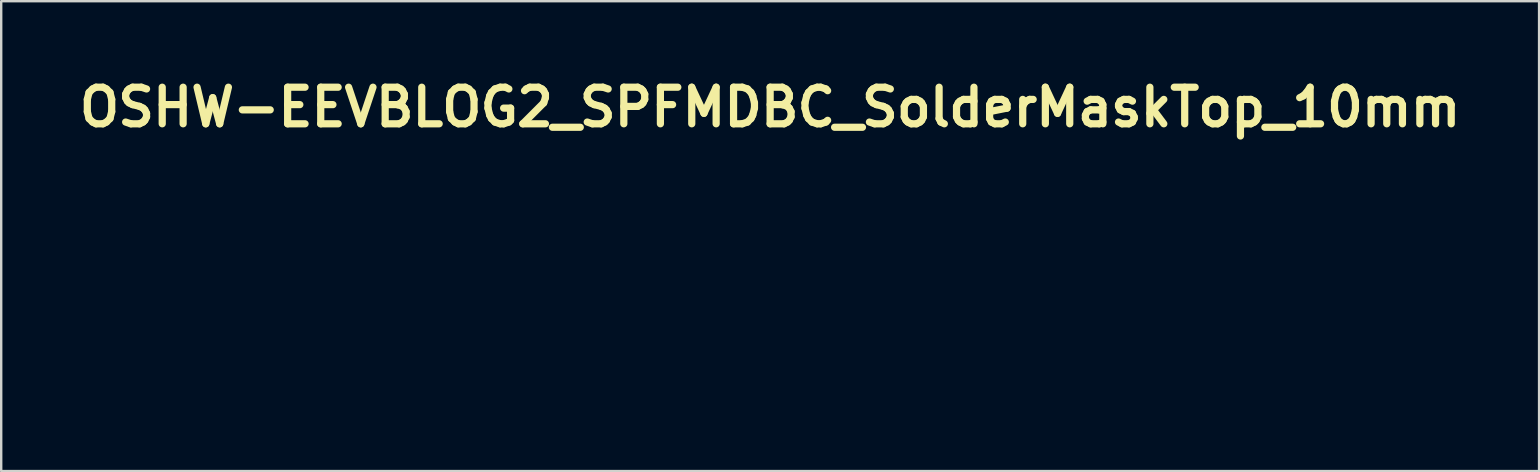
<source format=kicad_pcb>
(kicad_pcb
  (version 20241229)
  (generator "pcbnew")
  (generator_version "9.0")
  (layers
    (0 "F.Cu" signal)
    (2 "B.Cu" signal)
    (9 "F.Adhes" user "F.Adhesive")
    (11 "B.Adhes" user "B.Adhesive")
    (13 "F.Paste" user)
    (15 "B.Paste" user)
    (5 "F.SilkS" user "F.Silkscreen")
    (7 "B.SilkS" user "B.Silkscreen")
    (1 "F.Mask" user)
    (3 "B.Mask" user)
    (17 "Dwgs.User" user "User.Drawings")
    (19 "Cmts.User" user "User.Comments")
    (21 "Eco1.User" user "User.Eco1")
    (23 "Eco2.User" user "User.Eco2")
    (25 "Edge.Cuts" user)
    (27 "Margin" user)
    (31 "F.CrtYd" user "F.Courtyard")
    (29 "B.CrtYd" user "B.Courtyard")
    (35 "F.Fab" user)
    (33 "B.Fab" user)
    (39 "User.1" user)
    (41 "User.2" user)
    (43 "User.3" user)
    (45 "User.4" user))
  (footprint "OSHW-EEVBLOG2_SPFMDBC_SolderMaskTop_10mm"
    (layer "F.Cu")
    (at 29.036 8.403)
    (property "Reference" "OSHW-EEVBLOG2_SPFMDBC_SolderMaskTop_10mm" (at 0 -6.985 0) (layer "F.SilkS") (effects (font (size 1.524 1.524) (thickness 0.3))))
    (attr through_hole)
    (fp_poly (pts (xy -1.27 3.971) (xy -1.914 3.971) (xy -1.914 4.257) (xy -1.342 4.257) (xy -1.342 4.543) (xy -1.914 4.543) (xy -1.914 5.134) (xy -2.254 5.134) (xy -2.254 3.685) (xy -1.27 3.685) (xy -1.27 3.971)) (stroke (width 0.01) (type solid)) (fill yes) (layer "F.Mask"))
    (fp_poly (pts (xy -2.979 3.683) (xy -2.849 3.703) (xy -2.757 3.731) (xy -2.645 3.789) (xy -2.565 3.86) (xy -2.512 3.949) (xy -2.485 4.059) (xy -2.479 4.159) (xy -2.491 4.292) (xy -2.528 4.402) (xy -2.59 4.491) (xy -2.68 4.559) (xy -2.798 4.607) (xy -2.946 4.637) (xy -3.054 4.646) (xy -3.238 4.656) (xy -3.238 5.134) (xy -3.577 5.134) (xy -3.577 4.17) (xy -3.238 4.17) (xy -3.238 4.365) (xy -3.147 4.365) (xy -3.073 4.36) (xy -2.998 4.349) (xy -2.977 4.344) (xy -2.897 4.31) (xy -2.847 4.256) (xy -2.827 4.181) (xy -2.826 4.164) (xy -2.835 4.087) (xy -2.865 4.034) (xy -2.912 4) (xy -2.969 3.98) (xy -3.044 3.966) (xy -3.12 3.959) (xy -3.182 3.961) (xy -3.192 3.963) (xy -3.212 3.97) (xy -3.225 3.98) (xy -3.233 4.003) (xy -3.236 4.043) (xy -3.238 4.108) (xy -3.238 4.17) (xy -3.577 4.17) (xy -3.577 3.706) (xy -3.493 3.696) (xy -3.306 3.679) (xy -3.133 3.675) (xy -2.979 3.683)) (stroke (width 0.01) (type solid)) (fill yes) (layer "F.Mask"))
    (fp_poly (pts (xy 4.515 3.666) (xy 4.521 3.666) (xy 4.616 3.684) (xy 4.701 3.705) (xy 4.769 3.73) (xy 4.812 3.754) (xy 4.824 3.768) (xy 4.824 3.799) (xy 4.813 3.848) (xy 4.806 3.869) (xy 4.784 3.928) (xy 4.764 3.981) (xy 4.76 3.992) (xy 4.742 4.04) (xy 4.65 4.005) (xy 4.509 3.965) (xy 4.38 3.956) (xy 4.263 3.978) (xy 4.163 4.03) (xy 4.121 4.067) (xy 4.063 4.138) (xy 4.027 4.218) (xy 4.008 4.316) (xy 4.005 4.409) (xy 4.017 4.549) (xy 4.054 4.663) (xy 4.116 4.752) (xy 4.203 4.816) (xy 4.261 4.84) (xy 4.361 4.859) (xy 4.478 4.859) (xy 4.597 4.84) (xy 4.683 4.813) (xy 4.769 4.779) (xy 4.816 4.92) (xy 4.862 5.061) (xy 4.765 5.097) (xy 4.717 5.111) (xy 4.649 5.127) (xy 4.57 5.141) (xy 4.491 5.154) (xy 4.42 5.164) (xy 4.368 5.168) (xy 4.347 5.167) (xy 4.326 5.164) (xy 4.279 5.158) (xy 4.217 5.149) (xy 4.215 5.149) (xy 4.066 5.114) (xy 3.938 5.051) (xy 3.832 4.961) (xy 3.75 4.847) (xy 3.691 4.709) (xy 3.659 4.55) (xy 3.653 4.372) (xy 3.655 4.332) (xy 3.68 4.183) (xy 3.73 4.042) (xy 3.803 3.918) (xy 3.855 3.857) (xy 3.955 3.778) (xy 4.079 3.718) (xy 4.219 3.677) (xy 4.367 3.659) (xy 4.515 3.666)) (stroke (width 0.01) (type solid)) (fill yes) (layer "F.Mask"))
    (fp_poly (pts (xy 1.223 3.678) (xy 1.342 3.683) (xy 1.448 3.691) (xy 1.531 3.703) (xy 1.552 3.708) (xy 1.703 3.762) (xy 1.826 3.836) (xy 1.923 3.932) (xy 1.997 4.051) (xy 2 4.058) (xy 2.022 4.111) (xy 2.036 4.164) (xy 2.046 4.228) (xy 2.052 4.312) (xy 2.054 4.36) (xy 2.056 4.456) (xy 2.055 4.528) (xy 2.048 4.586) (xy 2.034 4.644) (xy 2.021 4.688) (xy 1.96 4.821) (xy 1.871 4.934) (xy 1.756 5.025) (xy 1.617 5.092) (xy 1.465 5.132) (xy 1.402 5.139) (xy 1.319 5.145) (xy 1.227 5.148) (xy 1.136 5.15) (xy 1.056 5.148) (xy 0.998 5.144) (xy 0.984 5.142) (xy 0.951 5.136) (xy 0.898 5.128) (xy 0.872 5.125) (xy 0.787 5.114) (xy 0.787 3.974) (xy 1.127 3.974) (xy 1.127 4.865) (xy 1.205 4.865) (xy 1.271 4.862) (xy 1.347 4.853) (xy 1.379 4.847) (xy 1.496 4.81) (xy 1.589 4.746) (xy 1.656 4.657) (xy 1.698 4.544) (xy 1.712 4.457) (xy 1.71 4.324) (xy 1.681 4.207) (xy 1.628 4.109) (xy 1.553 4.036) (xy 1.518 4.015) (xy 1.466 3.996) (xy 1.394 3.979) (xy 1.314 3.966) (xy 1.239 3.96) (xy 1.184 3.962) (xy 1.178 3.963) (xy 1.127 3.974) (xy 0.787 3.974) (xy 0.787 3.705) (xy 0.89 3.691) (xy 0.987 3.682) (xy 1.102 3.678) (xy 1.223 3.678)) (stroke (width 0.01) (type solid)) (fill yes) (layer "F.Mask"))
    (fp_poly (pts (xy 2.914 3.683) (xy 3.043 3.7) (xy 3.147 3.729) (xy 3.232 3.772) (xy 3.253 3.787) (xy 3.326 3.862) (xy 3.373 3.952) (xy 3.393 4.05) (xy 3.385 4.147) (xy 3.349 4.238) (xy 3.304 4.295) (xy 3.271 4.332) (xy 3.263 4.353) (xy 3.273 4.361) (xy 3.301 4.378) (xy 3.342 4.412) (xy 3.365 4.435) (xy 3.42 4.513) (xy 3.453 4.61) (xy 3.462 4.716) (xy 3.448 4.821) (xy 3.41 4.916) (xy 3.384 4.955) (xy 3.322 5.013) (xy 3.235 5.066) (xy 3.135 5.109) (xy 3.043 5.133) (xy 2.991 5.14) (xy 2.916 5.145) (xy 2.827 5.148) (xy 2.734 5.149) (xy 2.646 5.149) (xy 2.574 5.147) (xy 2.526 5.142) (xy 2.522 5.142) (xy 2.489 5.136) (xy 2.436 5.128) (xy 2.41 5.125) (xy 2.325 5.114) (xy 2.325 4.508) (xy 2.647 4.508) (xy 2.647 4.863) (xy 2.723 4.869) (xy 2.798 4.87) (xy 2.88 4.865) (xy 2.956 4.855) (xy 3.015 4.841) (xy 3.035 4.833) (xy 3.075 4.804) (xy 3.094 4.786) (xy 3.112 4.741) (xy 3.117 4.681) (xy 3.107 4.621) (xy 3.087 4.581) (xy 3.037 4.548) (xy 2.958 4.524) (xy 2.854 4.51) (xy 2.774 4.508) (xy 2.647 4.508) (xy 2.325 4.508) (xy 2.325 4.262) (xy 2.647 4.262) (xy 2.803 4.251) (xy 2.897 4.242) (xy 2.962 4.228) (xy 3.003 4.208) (xy 3.004 4.207) (xy 3.042 4.16) (xy 3.057 4.1) (xy 3.05 4.04) (xy 3.022 3.997) (xy 2.996 3.979) (xy 2.958 3.968) (xy 2.901 3.96) (xy 2.817 3.956) (xy 2.815 3.956) (xy 2.647 3.95) (xy 2.647 4.262) (xy 2.325 4.262) (xy 2.325 3.705) (xy 2.428 3.691) (xy 2.488 3.686) (xy 2.571 3.681) (xy 2.668 3.678) (xy 2.755 3.678) (xy 2.914 3.683)) (stroke (width 0.01) (type solid)) (fill yes) (layer "F.Mask"))
    (fp_poly (pts (xy -4.221 3.663) (xy -4.191 3.666) (xy -4.111 3.68) (xy -4.032 3.699) (xy -3.963 3.72) (xy -3.913 3.74) (xy -3.891 3.756) (xy -3.893 3.776) (xy -3.905 3.82) (xy -3.922 3.876) (xy -3.942 3.934) (xy -3.961 3.984) (xy -3.975 4.015) (xy -3.978 4.02) (xy -3.995 4.016) (xy -4.036 4.003) (xy -4.075 3.988) (xy -4.19 3.96) (xy -4.294 3.953) (xy -4.364 3.955) (xy -4.408 3.961) (xy -4.44 3.976) (xy -4.464 3.997) (xy -4.498 4.042) (xy -4.504 4.085) (xy -4.481 4.127) (xy -4.427 4.17) (xy -4.341 4.216) (xy -4.245 4.257) (xy -4.106 4.316) (xy -4 4.375) (xy -3.922 4.436) (xy -3.869 4.504) (xy -3.837 4.582) (xy -3.822 4.675) (xy -3.821 4.731) (xy -3.834 4.857) (xy -3.876 4.959) (xy -3.945 5.04) (xy -4.043 5.1) (xy -4.096 5.121) (xy -4.18 5.141) (xy -4.286 5.154) (xy -4.4 5.159) (xy -4.508 5.157) (xy -4.57 5.15) (xy -4.654 5.134) (xy -4.733 5.112) (xy -4.799 5.089) (xy -4.845 5.065) (xy -4.861 5.049) (xy -4.859 5.022) (xy -4.848 4.976) (xy -4.829 4.92) (xy -4.807 4.864) (xy -4.786 4.818) (xy -4.77 4.792) (xy -4.764 4.789) (xy -4.74 4.797) (xy -4.694 4.813) (xy -4.651 4.829) (xy -4.564 4.852) (xy -4.469 4.864) (xy -4.376 4.866) (xy -4.293 4.858) (xy -4.231 4.838) (xy -4.215 4.828) (xy -4.179 4.781) (xy -4.167 4.724) (xy -4.181 4.67) (xy -4.2 4.645) (xy -4.239 4.619) (xy -4.304 4.586) (xy -4.388 4.548) (xy -4.483 4.511) (xy -4.51 4.5) (xy -4.637 4.44) (xy -4.736 4.362) (xy -4.804 4.269) (xy -4.841 4.161) (xy -4.847 4.088) (xy -4.836 4) (xy -4.806 3.908) (xy -4.763 3.829) (xy -4.744 3.804) (xy -4.674 3.749) (xy -4.578 3.706) (xy -4.465 3.675) (xy -4.343 3.66) (xy -4.221 3.663)) (stroke (width 0.01) (type solid)) (fill yes) (layer "F.Mask"))
    (fp_poly (pts (xy -0.569 3.886) (xy -0.519 3.99) (xy -0.464 4.11) (xy -0.412 4.228) (xy -0.383 4.297) (xy -0.349 4.376) (xy -0.32 4.441) (xy -0.298 4.487) (xy -0.286 4.507) (xy -0.285 4.507) (xy -0.275 4.492) (xy -0.254 4.451) (xy -0.227 4.39) (xy -0.206 4.342) (xy -0.172 4.263) (xy -0.128 4.163) (xy -0.078 4.054) (xy -0.03 3.949) (xy -0.021 3.931) (xy 0.095 3.685) (xy 0.406 3.685) (xy 0.418 3.786) (xy 0.429 3.882) (xy 0.44 4.001) (xy 0.453 4.137) (xy 0.465 4.283) (xy 0.477 4.433) (xy 0.489 4.582) (xy 0.499 4.724) (xy 0.507 4.853) (xy 0.514 4.963) (xy 0.518 5.048) (xy 0.519 5.092) (xy 0.517 5.112) (xy 0.507 5.124) (xy 0.482 5.131) (xy 0.436 5.133) (xy 0.36 5.134) (xy 0.2 5.134) (xy 0.19 5.022) (xy 0.186 4.965) (xy 0.181 4.882) (xy 0.176 4.781) (xy 0.171 4.671) (xy 0.169 4.607) (xy 0.164 4.505) (xy 0.159 4.413) (xy 0.154 4.339) (xy 0.149 4.288) (xy 0.145 4.271) (xy 0.136 4.27) (xy 0.119 4.293) (xy 0.093 4.344) (xy 0.056 4.423) (xy 0.008 4.533) (xy -0.019 4.597) (xy -0.17 4.956) (xy -0.415 4.946) (xy -0.57 4.579) (xy -0.724 4.212) (xy -0.736 4.329) (xy -0.74 4.384) (xy -0.745 4.468) (xy -0.751 4.57) (xy -0.756 4.684) (xy -0.761 4.789) (xy -0.774 5.134) (xy -1.104 5.134) (xy -1.098 5.049) (xy -1.095 5.003) (xy -1.09 4.929) (xy -1.084 4.835) (xy -1.078 4.729) (xy -1.073 4.642) (xy -1.065 4.519) (xy -1.056 4.388) (xy -1.045 4.255) (xy -1.035 4.125) (xy -1.024 4.004) (xy -1.014 3.897) (xy -1.004 3.809) (xy -0.996 3.747) (xy -0.991 3.716) (xy -0.981 3.701) (xy -0.96 3.691) (xy -0.918 3.687) (xy -0.851 3.685) (xy -0.824 3.685) (xy -0.667 3.685) (xy -0.569 3.886)) (stroke (width 0.01) (type solid)) (fill yes) (layer "F.Mask"))
    (fp_poly (pts (xy 0.698 -5.165) (xy 0.705 -5.138) (xy 0.718 -5.08) (xy 0.735 -4.997) (xy 0.756 -4.891) (xy 0.78 -4.768) (xy 0.806 -4.633) (xy 0.822 -4.545) (xy 0.848 -4.405) (xy 0.873 -4.277) (xy 0.895 -4.164) (xy 0.914 -4.07) (xy 0.93 -4.001) (xy 0.94 -3.96) (xy 0.944 -3.95) (xy 0.966 -3.937) (xy 1.017 -3.914) (xy 1.089 -3.882) (xy 1.177 -3.845) (xy 1.276 -3.803) (xy 1.38 -3.761) (xy 1.484 -3.719) (xy 1.583 -3.681) (xy 1.67 -3.648) (xy 1.74 -3.622) (xy 1.788 -3.606) (xy 1.808 -3.601) (xy 1.831 -3.614) (xy 1.883 -3.646) (xy 1.963 -3.699) (xy 2.072 -3.771) (xy 2.209 -3.865) (xy 2.376 -3.978) (xy 2.571 -4.112) (xy 2.7 -4.201) (xy 2.762 -4.242) (xy 2.816 -4.274) (xy 2.852 -4.291) (xy 2.861 -4.293) (xy 2.88 -4.281) (xy 2.921 -4.246) (xy 2.98 -4.191) (xy 3.056 -4.12) (xy 3.144 -4.035) (xy 3.242 -3.939) (xy 3.325 -3.857) (xy 3.449 -3.732) (xy 3.548 -3.631) (xy 3.626 -3.55) (xy 3.683 -3.488) (xy 3.722 -3.442) (xy 3.745 -3.41) (xy 3.753 -3.39) (xy 3.752 -3.386) (xy 3.74 -3.363) (xy 3.711 -3.315) (xy 3.665 -3.245) (xy 3.607 -3.157) (xy 3.538 -3.054) (xy 3.461 -2.941) (xy 3.41 -2.867) (xy 3.33 -2.75) (xy 3.256 -2.641) (xy 3.193 -2.544) (xy 3.14 -2.464) (xy 3.102 -2.403) (xy 3.081 -2.365) (xy 3.077 -2.355) (xy 3.084 -2.332) (xy 3.103 -2.281) (xy 3.132 -2.209) (xy 3.168 -2.12) (xy 3.21 -2.02) (xy 3.254 -1.915) (xy 3.299 -1.811) (xy 3.343 -1.711) (xy 3.382 -1.623) (xy 3.415 -1.551) (xy 3.439 -1.501) (xy 3.451 -1.478) (xy 3.451 -1.478) (xy 3.467 -1.471) (xy 3.501 -1.461) (xy 3.557 -1.447) (xy 3.637 -1.431) (xy 3.744 -1.41) (xy 3.878 -1.384) (xy 4.043 -1.354) (xy 4.241 -1.318) (xy 4.266 -1.313) (xy 4.393 -1.29) (xy 4.489 -1.271) (xy 4.558 -1.255) (xy 4.606 -1.24) (xy 4.637 -1.227) (xy 4.655 -1.213) (xy 4.656 -1.212) (xy 4.665 -1.2) (xy 4.671 -1.183) (xy 4.677 -1.157) (xy 4.681 -1.119) (xy 4.683 -1.065) (xy 4.684 -0.991) (xy 4.685 -0.893) (xy 4.684 -0.768) (xy 4.683 -0.612) (xy 4.683 -0.579) (xy 4.68 -0.388) (xy 4.677 -0.233) (xy 4.673 -0.113) (xy 4.669 -0.028) (xy 4.663 0.021) (xy 4.658 0.036) (xy 4.636 0.043) (xy 4.584 0.057) (xy 4.505 0.075) (xy 4.403 0.096) (xy 4.284 0.12) (xy 4.151 0.146) (xy 4.069 0.161) (xy 3.93 0.188) (xy 3.802 0.213) (xy 3.689 0.237) (xy 3.596 0.257) (xy 3.527 0.274) (xy 3.487 0.286) (xy 3.478 0.29) (xy 3.465 0.314) (xy 3.441 0.366) (xy 3.409 0.44) (xy 3.371 0.531) (xy 3.33 0.634) (xy 3.286 0.743) (xy 3.244 0.852) (xy 3.203 0.957) (xy 3.168 1.051) (xy 3.14 1.129) (xy 3.12 1.185) (xy 3.112 1.215) (xy 3.112 1.216) (xy 3.122 1.25) (xy 3.148 1.299) (xy 3.173 1.337) (xy 3.241 1.434) (xy 3.314 1.539) (xy 3.39 1.649) (xy 3.465 1.761) (xy 3.537 1.868) (xy 3.604 1.969) (xy 3.661 2.057) (xy 3.708 2.13) (xy 3.74 2.183) (xy 3.755 2.212) (xy 3.756 2.215) (xy 3.744 2.234) (xy 3.709 2.275) (xy 3.655 2.335) (xy 3.584 2.41) (xy 3.5 2.498) (xy 3.405 2.596) (xy 3.332 2.669) (xy 3.211 2.79) (xy 3.112 2.887) (xy 3.034 2.962) (xy 2.973 3.019) (xy 2.927 3.058) (xy 2.894 3.082) (xy 2.871 3.093) (xy 2.862 3.094) (xy 2.833 3.083) (xy 2.777 3.052) (xy 2.695 3.002) (xy 2.59 2.934) (xy 2.462 2.849) (xy 2.363 2.781) (xy 2.249 2.703) (xy 2.145 2.633) (xy 2.053 2.572) (xy 1.977 2.523) (xy 1.922 2.488) (xy 1.891 2.47) (xy 1.886 2.468) (xy 1.862 2.476) (xy 1.814 2.498) (xy 1.747 2.53) (xy 1.67 2.57) (xy 1.659 2.576) (xy 1.579 2.616) (xy 1.508 2.65) (xy 1.452 2.673) (xy 1.421 2.683) (xy 1.419 2.683) (xy 1.384 2.668) (xy 1.365 2.643) (xy 1.355 2.619) (xy 1.332 2.566) (xy 1.299 2.485) (xy 1.256 2.381) (xy 1.204 2.256) (xy 1.144 2.113) (xy 1.079 1.955) (xy 1.009 1.786) (xy 0.949 1.641) (xy 0.856 1.415) (xy 0.776 1.22) (xy 0.71 1.056) (xy 0.657 0.921) (xy 0.616 0.814) (xy 0.587 0.733) (xy 0.569 0.677) (xy 0.562 0.646) (xy 0.562 0.639) (xy 0.582 0.609) (xy 0.625 0.571) (xy 0.678 0.532) (xy 0.86 0.401) (xy 1.01 0.257) (xy 1.131 0.099) (xy 1.2 -0.021) (xy 1.276 -0.209) (xy 1.319 -0.407) (xy 1.33 -0.609) (xy 1.31 -0.81) (xy 1.259 -1.007) (xy 1.178 -1.193) (xy 1.067 -1.365) (xy 1.054 -1.381) (xy 0.92 -1.523) (xy 0.764 -1.646) (xy 0.594 -1.746) (xy 0.416 -1.816) (xy 0.349 -1.834) (xy 0.272 -1.847) (xy 0.175 -1.856) (xy 0.071 -1.862) (xy -0.03 -1.862) (xy -0.117 -1.858) (xy -0.171 -1.851) (xy -0.388 -1.786) (xy -0.585 -1.691) (xy -0.761 -1.568) (xy -0.914 -1.419) (xy -1.043 -1.242) (xy -1.084 -1.171) (xy -1.15 -1.02) (xy -1.197 -0.849) (xy -1.222 -0.671) (xy -1.223 -0.498) (xy -1.216 -0.43) (xy -1.171 -0.216) (xy -1.094 -0.02) (xy -0.987 0.158) (xy -0.849 0.318) (xy -0.68 0.46) (xy -0.593 0.519) (xy -0.526 0.565) (xy -0.478 0.606) (xy -0.455 0.637) (xy -0.455 0.639) (xy -0.457 0.661) (xy -0.471 0.708) (xy -0.497 0.781) (xy -0.535 0.882) (xy -0.585 1.011) (xy -0.648 1.169) (xy -0.725 1.357) (xy -0.815 1.577) (xy -0.842 1.64) (xy -0.915 1.817) (xy -0.984 1.984) (xy -1.048 2.139) (xy -1.106 2.279) (xy -1.157 2.401) (xy -1.198 2.501) (xy -1.23 2.577) (xy -1.25 2.626) (xy -1.258 2.643) (xy -1.287 2.675) (xy -1.313 2.683) (xy -1.343 2.675) (xy -1.396 2.652) (xy -1.467 2.62) (xy -1.546 2.58) (xy -1.555 2.575) (xy -1.634 2.535) (xy -1.702 2.502) (xy -1.752 2.479) (xy -1.779 2.469) (xy -1.78 2.468) (xy -1.8 2.478) (xy -1.845 2.506) (xy -1.912 2.549) (xy -1.997 2.605) (xy -2.096 2.672) (xy -2.206 2.747) (xy -2.256 2.781) (xy -2.395 2.876) (xy -2.515 2.955) (xy -2.613 3.018) (xy -2.687 3.063) (xy -2.736 3.088) (xy -2.755 3.094) (xy -2.773 3.089) (xy -2.8 3.071) (xy -2.84 3.04) (xy -2.894 2.992) (xy -2.964 2.926) (xy -3.053 2.839) (xy -3.164 2.73) (xy -3.227 2.667) (xy -3.343 2.55) (xy -3.437 2.455) (xy -3.509 2.38) (xy -3.564 2.322) (xy -3.602 2.279) (xy -3.626 2.247) (xy -3.639 2.224) (xy -3.643 2.207) (xy -3.642 2.198) (xy -3.629 2.173) (xy -3.599 2.122) (xy -3.553 2.051) (xy -3.494 1.962) (xy -3.426 1.859) (xy -3.35 1.748) (xy -3.318 1.702) (xy -3.24 1.588) (xy -3.169 1.482) (xy -3.108 1.389) (xy -3.059 1.311) (xy -3.024 1.254) (xy -3.007 1.22) (xy -3.005 1.214) (xy -3.012 1.188) (xy -3.03 1.135) (xy -3.057 1.059) (xy -3.092 0.967) (xy -3.132 0.864) (xy -3.174 0.755) (xy -3.218 0.646) (xy -3.26 0.543) (xy -3.298 0.45) (xy -3.331 0.373) (xy -3.356 0.319) (xy -3.37 0.291) (xy -3.371 0.29) (xy -3.393 0.281) (xy -3.446 0.267) (xy -3.526 0.249) (xy -3.627 0.227) (xy -3.747 0.202) (xy -3.88 0.176) (xy -3.962 0.161) (xy -4.1 0.135) (xy -4.228 0.11) (xy -4.34 0.087) (xy -4.433 0.067) (xy -4.502 0.051) (xy -4.542 0.039) (xy -4.551 0.036) (xy -4.557 0.011) (xy -4.563 -0.049) (xy -4.567 -0.144) (xy -4.571 -0.275) (xy -4.574 -0.441) (xy -4.575 -0.579) (xy -4.577 -0.742) (xy -4.577 -0.873) (xy -4.577 -0.975) (xy -4.576 -1.053) (xy -4.574 -1.111) (xy -4.57 -1.151) (xy -4.565 -1.179) (xy -4.559 -1.197) (xy -4.55 -1.21) (xy -4.549 -1.212) (xy -4.534 -1.224) (xy -4.51 -1.235) (xy -4.472 -1.248) (xy -4.416 -1.262) (xy -4.339 -1.278) (xy -4.238 -1.299) (xy -4.108 -1.323) (xy -3.962 -1.35) (xy -3.824 -1.375) (xy -3.697 -1.399) (xy -3.584 -1.42) (xy -3.49 -1.439) (xy -3.421 -1.453) (xy -3.38 -1.463) (xy -3.371 -1.465) (xy -3.354 -1.482) (xy -3.328 -1.524) (xy -3.293 -1.592) (xy -3.248 -1.689) (xy -3.192 -1.815) (xy -3.152 -1.907) (xy -3.102 -2.023) (xy -3.058 -2.129) (xy -3.02 -2.22) (xy -2.992 -2.292) (xy -2.974 -2.34) (xy -2.969 -2.358) (xy -2.979 -2.379) (xy -3.007 -2.424) (xy -3.05 -2.492) (xy -3.107 -2.578) (xy -3.175 -2.679) (xy -3.251 -2.792) (xy -3.303 -2.867) (xy -3.383 -2.985) (xy -3.458 -3.095) (xy -3.523 -3.192) (xy -3.577 -3.274) (xy -3.617 -3.336) (xy -3.64 -3.375) (xy -3.645 -3.386) (xy -3.642 -3.402) (xy -3.624 -3.429) (xy -3.591 -3.469) (xy -3.541 -3.526) (xy -3.471 -3.6) (xy -3.379 -3.694) (xy -3.264 -3.81) (xy -3.218 -3.857) (xy -3.115 -3.959) (xy -3.018 -4.053) (xy -2.932 -4.136) (xy -2.86 -4.204) (xy -2.803 -4.255) (xy -2.767 -4.285) (xy -2.753 -4.293) (xy -2.727 -4.283) (xy -2.68 -4.257) (xy -2.62 -4.22) (xy -2.592 -4.201) (xy -2.38 -4.055) (xy -2.197 -3.929) (xy -2.042 -3.824) (xy -1.916 -3.739) (xy -1.819 -3.675) (xy -1.751 -3.63) (xy -1.711 -3.606) (xy -1.7 -3.601) (xy -1.678 -3.606) (xy -1.628 -3.623) (xy -1.556 -3.65) (xy -1.468 -3.683) (xy -1.37 -3.722) (xy -1.265 -3.764) (xy -1.161 -3.806) (xy -1.063 -3.847) (xy -0.975 -3.884) (xy -0.905 -3.916) (xy -0.857 -3.938) (xy -0.836 -3.95) (xy -0.83 -3.971) (xy -0.817 -4.022) (xy -0.801 -4.101) (xy -0.78 -4.201) (xy -0.757 -4.32) (xy -0.732 -4.453) (xy -0.715 -4.545) (xy -0.688 -4.686) (xy -0.663 -4.817) (xy -0.64 -4.934) (xy -0.621 -5.032) (xy -0.605 -5.106) (xy -0.594 -5.152) (xy -0.59 -5.165) (xy -0.573 -5.205) (xy 0.68 -5.205) (xy 0.698 -5.165)) (stroke (width 0.01) (type solid)) (fill yes) (layer "F.Mask")))
  (gr_rect
    (start -3 -3)
    (end 61.072 16.576)
    (stroke (width 0.1) (type default))
    (fill no)
    (layer "Edge.Cuts")))
</source>
